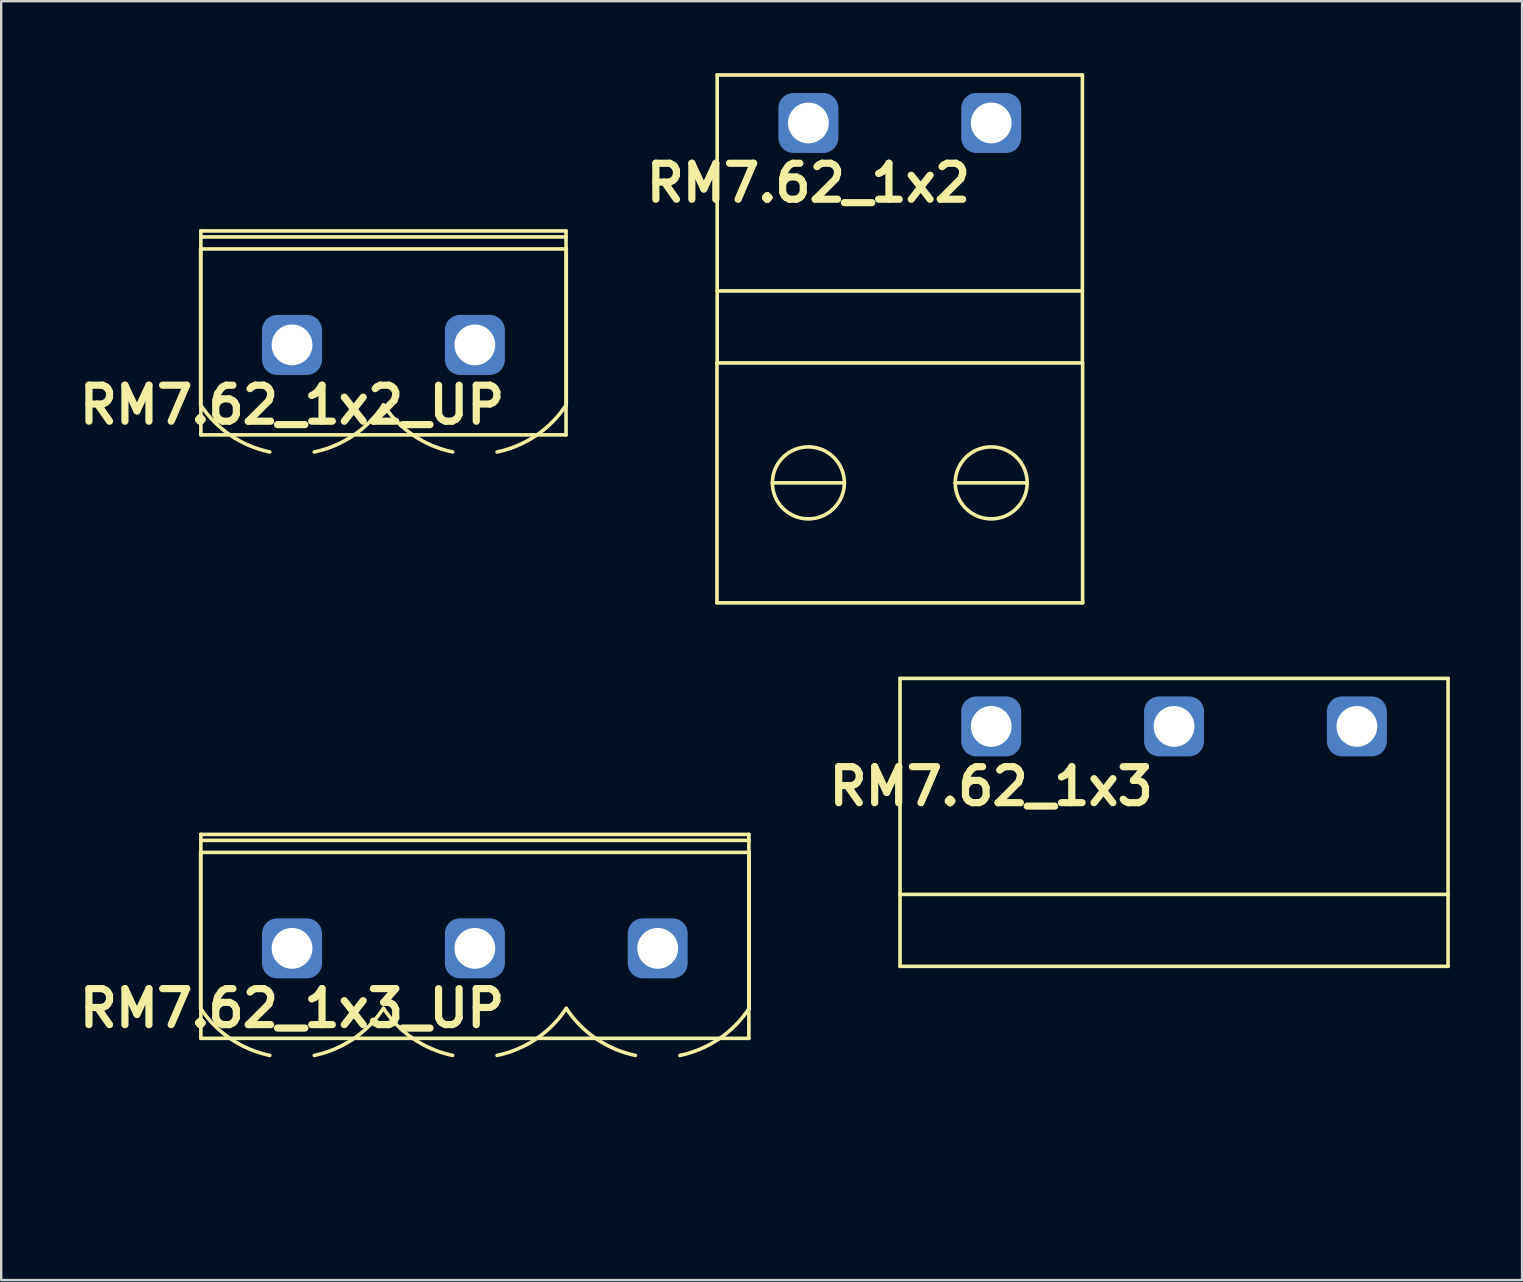
<source format=kicad_pcb>
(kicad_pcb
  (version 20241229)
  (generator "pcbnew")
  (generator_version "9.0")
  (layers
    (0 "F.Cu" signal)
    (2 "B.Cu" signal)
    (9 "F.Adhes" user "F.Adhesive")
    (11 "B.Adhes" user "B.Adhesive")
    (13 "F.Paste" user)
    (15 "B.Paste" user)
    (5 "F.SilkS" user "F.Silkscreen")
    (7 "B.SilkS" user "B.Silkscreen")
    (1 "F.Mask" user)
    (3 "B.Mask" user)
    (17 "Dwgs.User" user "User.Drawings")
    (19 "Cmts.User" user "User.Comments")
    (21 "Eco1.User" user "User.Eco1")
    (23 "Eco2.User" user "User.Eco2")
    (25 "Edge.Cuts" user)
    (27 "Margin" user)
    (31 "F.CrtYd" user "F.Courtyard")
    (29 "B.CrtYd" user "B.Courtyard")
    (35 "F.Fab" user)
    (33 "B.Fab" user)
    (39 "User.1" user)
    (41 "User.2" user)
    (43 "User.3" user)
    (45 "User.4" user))
  (footprint "RM7.62_1x3"
    (layer "F.Cu")
    (at 38.261 27.225)
    (property "Reference" "RM7.62_1x3" (at 0 2.5 0) (layer "F.SilkS") (effects (font (size 1.5 1.5) (thickness 0.3))))
    (attr through_hole)
    (fp_line (start -3.8 -2) (end -3.8 10) (stroke (width 0.15) (type solid)) (layer "F.SilkS"))
    (fp_line (start -3.8 7) (end 19.04 7) (stroke (width 0.15) (type solid)) (layer "F.SilkS"))
    (fp_line (start -3.8 10) (end 19.04 10) (stroke (width 0.15) (type solid)) (layer "F.SilkS"))
    (fp_line (start 19.04 -2) (end -3.8 -2) (stroke (width 0.15) (type solid)) (layer "F.SilkS"))
    (fp_line (start 19.04 10) (end 19.04 -2) (stroke (width 0.15) (type solid)) (layer "F.SilkS"))
    (fp_line (start -3.81 20) (end -3.81 10) (stroke (width 0.15) (type solid)) (layer "Margin"))
    (fp_line (start -3.81 20) (end 19.05 20) (stroke (width 0.15) (type solid)) (layer "Margin"))
    (fp_line (start -1.5 15) (end 1.5 15) (stroke (width 0.15) (type solid)) (layer "Margin"))
    (fp_line (start 6.12 15) (end 9.12 15) (stroke (width 0.15) (type solid)) (layer "Margin"))
    (fp_line (start 13.74 15) (end 16.74 15) (stroke (width 0.15) (type solid)) (layer "Margin"))
    (fp_line (start 19.05 20) (end 19.05 10) (stroke (width 0.15) (type solid)) (layer "Margin"))
    (fp_circle (center 0 15) (end 0 13.5) (stroke (width 0.15) (type solid)) (fill no) (layer "Margin"))
    (fp_circle (center 7.62 15) (end 7.62 13.5) (stroke (width 0.15) (type solid)) (fill no) (layer "Margin"))
    (fp_circle (center 15.24 15) (end 15.24 13.5) (stroke (width 0.15) (type solid)) (fill no) (layer "Margin"))
    (pad "1" thru_hole circle (at 0 0) (size 2 2) (drill 1.7) (layers "*.Cu" "*.Mask"))
    (pad "1" smd roundrect (at 0 0) (size 2.5 2.5) (layers "B.Cu" "B.Mask") (roundrect_rratio 0.25))
    (pad "2" thru_hole circle (at 7.62 0) (size 2 2) (drill 1.7) (layers "*.Cu" "*.Mask"))
    (pad "2" smd roundrect (at 7.62 0) (size 2.5 2.5) (layers "B.Cu" "B.Mask") (roundrect_rratio 0.25))
    (pad "3" thru_hole circle (at 15.24 0) (size 2 2) (drill 1.7) (layers "*.Cu" "*.Mask"))
    (pad "3" smd roundrect (at 15.24 0) (size 2.5 2.5) (layers "B.Cu" "B.Mask") (roundrect_rratio 0.25)))
  (footprint "RM7.62_1x3_UP"
    (layer "F.Cu")
    (at 9.121 36.475)
    (property "Reference" "RM7.62_1x3_UP" (at 0 2.5 0) (layer "F.SilkS") (effects (font (size 1.5 1.5) (thickness 0.3))))
    (attr through_hole)
    (fp_line (start -3.81 -4) (end -3.81 2.5) (stroke (width 0.15) (type solid)) (layer "F.SilkS"))
    (fp_line (start -3.81 -4) (end 19.05 -4) (stroke (width 0.15) (type solid)) (layer "F.SilkS"))
    (fp_line (start -3.8 -4.75) (end -3.8 3.75) (stroke (width 0.15) (type solid)) (layer "F.SilkS"))
    (fp_line (start -3.8 -4.5) (end 19.04 -4.5) (stroke (width 0.15) (type solid)) (layer "F.SilkS"))
    (fp_line (start -3.8 3.75) (end 19.04 3.75) (stroke (width 0.15) (type solid)) (layer "F.SilkS"))
    (fp_line (start 19.04 -4.75) (end -3.8 -4.75) (stroke (width 0.15) (type solid)) (layer "F.SilkS"))
    (fp_line (start 19.04 3.75) (end 19.04 -4.75) (stroke (width 0.15) (type solid)) (layer "F.SilkS"))
    (fp_line (start 19.05 -4) (end 19.05 2.5) (stroke (width 0.15) (type solid)) (layer "F.SilkS"))
    (fp_arc (start -0.92631 4.461844) (mid -2.563273 3.767723) (end -3.81 2.5) (stroke (width 0.15) (type solid)) (layer "F.SilkS"))
    (fp_arc (start 3.81 2.5) (mid 2.563272 3.767723) (end 0.92631 4.461844) (stroke (width 0.15) (type solid)) (layer "F.SilkS"))
    (fp_arc (start 6.69369 4.461844) (mid 5.056727 3.767723) (end 3.81 2.5) (stroke (width 0.15) (type solid)) (layer "F.SilkS"))
    (fp_arc (start 11.43 2.5) (mid 10.183272 3.767723) (end 8.54631 4.461844) (stroke (width 0.15) (type solid)) (layer "F.SilkS"))
    (fp_arc (start 14.31369 4.461844) (mid 12.676727 3.767723) (end 11.43 2.5) (stroke (width 0.15) (type solid)) (layer "F.SilkS"))
    (fp_arc (start 19.05 2.5) (mid 17.803272 3.767723) (end 16.16631 4.461844) (stroke (width 0.15) (type solid)) (layer "F.SilkS"))
    (fp_line (start -3.81 -11.25) (end -3.81 3.75) (stroke (width 0.15) (type solid)) (layer "Margin"))
    (fp_line (start -3.81 3.75) (end 19.05 3.75) (stroke (width 0.15) (type solid)) (layer "Margin"))
    (fp_line (start -1.25 -1.25) (end -1.25 1) (stroke (width 0.15) (type solid)) (layer "Margin"))
    (fp_line (start -1.25 1) (end 1.25 1) (stroke (width 0.15) (type solid)) (layer "Margin"))
    (fp_line (start 1.25 -1.25) (end -1.25 -1.25) (stroke (width 0.15) (type solid)) (layer "Margin"))
    (fp_line (start 1.25 1) (end 1.25 -1.25) (stroke (width 0.15) (type solid)) (layer "Margin"))
    (fp_line (start 6.37 -1.25) (end 6.37 1) (stroke (width 0.15) (type solid)) (layer "Margin"))
    (fp_line (start 6.37 1) (end 8.87 1) (stroke (width 0.15) (type solid)) (layer "Margin"))
    (fp_line (start 8.87 -1.25) (end 6.37 -1.25) (stroke (width 0.15) (type solid)) (layer "Margin"))
    (fp_line (start 8.87 1) (end 8.87 -1.25) (stroke (width 0.15) (type solid)) (layer "Margin"))
    (fp_line (start 13.99 -1.25) (end 13.99 1) (stroke (width 0.15) (type solid)) (layer "Margin"))
    (fp_line (start 13.99 1) (end 16.49 1) (stroke (width 0.15) (type solid)) (layer "Margin"))
    (fp_line (start 16.49 -1.25) (end 13.99 -1.25) (stroke (width 0.15) (type solid)) (layer "Margin"))
    (fp_line (start 16.49 1) (end 16.49 -1.25) (stroke (width 0.15) (type solid)) (layer "Margin"))
    (fp_line (start 19.05 -11.25) (end -3.81 -11.25) (stroke (width 0.15) (type solid)) (layer "Margin"))
    (fp_line (start 19.05 3.75) (end 19.05 -11.25) (stroke (width 0.15) (type solid)) (layer "Margin"))
    (pad "1" thru_hole circle (at 0 0) (size 2 2) (drill 1.7) (layers "*.Cu" "*.Mask"))
    (pad "1" smd roundrect (at 0 0) (size 2.5 2.5) (layers "B.Cu" "B.Mask") (roundrect_rratio 0.25))
    (pad "2" thru_hole circle (at 7.62 0) (size 2 2) (drill 1.7) (layers "*.Cu" "*.Mask"))
    (pad "2" smd roundrect (at 7.62 0) (size 2.5 2.5) (layers "B.Cu" "B.Mask") (roundrect_rratio 0.25))
    (pad "3" thru_hole circle (at 15.24 0) (size 2 2) (drill 1.7) (layers "*.Cu" "*.Mask"))
    (pad "3" smd roundrect (at 15.24 0) (size 2.5 2.5) (layers "B.Cu" "B.Mask") (roundrect_rratio 0.25)))
  (footprint "RM7.62_1x2"
    (layer "F.Cu")
    (at 30.641 2.075)
    (property "Reference" "RM7.62_1x2" (at 0 2.5 0) (layer "F.SilkS") (effects (font (size 1.5 1.5) (thickness 0.3))))
    (attr through_hole)
    (fp_line (start -3.81 20) (end -3.81 10) (stroke (width 0.15) (type solid)) (layer "F.SilkS"))
    (fp_line (start -3.81 20) (end 11.43 20) (stroke (width 0.15) (type solid)) (layer "F.SilkS"))
    (fp_line (start -3.8 -2) (end -3.8 10) (stroke (width 0.15) (type solid)) (layer "F.SilkS"))
    (fp_line (start -3.8 7) (end 11.42 7) (stroke (width 0.15) (type solid)) (layer "F.SilkS"))
    (fp_line (start -3.8 10) (end 11.42 10) (stroke (width 0.15) (type solid)) (layer "F.SilkS"))
    (fp_line (start -1.5 15) (end 1.5 15) (stroke (width 0.15) (type solid)) (layer "F.SilkS"))
    (fp_line (start 6.12 15) (end 9.12 15) (stroke (width 0.15) (type solid)) (layer "F.SilkS"))
    (fp_line (start 11.42 -2) (end -3.8 -2) (stroke (width 0.15) (type solid)) (layer "F.SilkS"))
    (fp_line (start 11.42 10) (end 11.42 -2) (stroke (width 0.15) (type solid)) (layer "F.SilkS"))
    (fp_line (start 11.43 20) (end 11.43 10) (stroke (width 0.15) (type solid)) (layer "F.SilkS"))
    (fp_circle (center 0 15) (end 0 13.5) (stroke (width 0.15) (type solid)) (fill no) (layer "F.SilkS"))
    (fp_circle (center 7.62 15) (end 7.62 13.5) (stroke (width 0.15) (type solid)) (fill no) (layer "F.SilkS"))
    (pad "1" thru_hole circle (at 0 0) (size 2 2) (drill 1.7) (layers "*.Cu" "*.Mask"))
    (pad "1" smd roundrect (at 0 0) (size 2.5 2.5) (layers "B.Cu" "B.Mask") (roundrect_rratio 0.25))
    (pad "2" thru_hole circle (at 7.62 0) (size 2 2) (drill 1.7) (layers "*.Cu" "*.Mask"))
    (pad "2" smd roundrect (at 7.62 0) (size 2.5 2.5) (layers "B.Cu" "B.Mask") (roundrect_rratio 0.25)))
  (footprint "RM7.62_1x2_UP"
    (layer "F.Cu")
    (at 9.121 11.325)
    (property "Reference" "RM7.62_1x2_UP" (at 0 2.5 0) (layer "F.SilkS") (effects (font (size 1.5 1.5) (thickness 0.3))))
    (attr through_hole)
    (fp_line (start -3.81 -4) (end -3.81 2.5) (stroke (width 0.15) (type solid)) (layer "F.SilkS"))
    (fp_line (start -3.81 -4) (end 11.43 -4) (stroke (width 0.15) (type solid)) (layer "F.SilkS"))
    (fp_line (start -3.8 -4.75) (end -3.8 3.75) (stroke (width 0.15) (type solid)) (layer "F.SilkS"))
    (fp_line (start -3.8 -4.5) (end 11.42 -4.5) (stroke (width 0.15) (type solid)) (layer "F.SilkS"))
    (fp_line (start -3.8 3.75) (end 11.42 3.75) (stroke (width 0.15) (type solid)) (layer "F.SilkS"))
    (fp_line (start 11.42 -4.75) (end -3.8 -4.75) (stroke (width 0.15) (type solid)) (layer "F.SilkS"))
    (fp_line (start 11.42 3.75) (end 11.42 -4.75) (stroke (width 0.15) (type solid)) (layer "F.SilkS"))
    (fp_line (start 11.43 -4) (end 11.43 2.5) (stroke (width 0.15) (type solid)) (layer "F.SilkS"))
    (fp_arc (start -0.92631 4.461844) (mid -2.563273 3.767723) (end -3.81 2.5) (stroke (width 0.15) (type solid)) (layer "F.SilkS"))
    (fp_arc (start 3.81 2.5) (mid 2.563272 3.767723) (end 0.92631 4.461844) (stroke (width 0.15) (type solid)) (layer "F.SilkS"))
    (fp_arc (start 6.69369 4.461844) (mid 5.056727 3.767723) (end 3.81 2.5) (stroke (width 0.15) (type solid)) (layer "F.SilkS"))
    (fp_arc (start 11.43 2.5) (mid 10.183272 3.767723) (end 8.54631 4.461844) (stroke (width 0.15) (type solid)) (layer "F.SilkS"))
    (fp_line (start -3.81 -11.25) (end -3.81 3.75) (stroke (width 0.15) (type solid)) (layer "Margin"))
    (fp_line (start -3.81 3.75) (end 11.43 3.75) (stroke (width 0.15) (type solid)) (layer "Margin"))
    (fp_line (start -1.25 -1.25) (end -1.25 1) (stroke (width 0.15) (type solid)) (layer "Margin"))
    (fp_line (start -1.25 1) (end 1.25 1) (stroke (width 0.15) (type solid)) (layer "Margin"))
    (fp_line (start 1.25 -1.25) (end -1.25 -1.25) (stroke (width 0.15) (type solid)) (layer "Margin"))
    (fp_line (start 1.25 1) (end 1.25 -1.25) (stroke (width 0.15) (type solid)) (layer "Margin"))
    (fp_line (start 6.37 -1.25) (end 6.37 1) (stroke (width 0.15) (type solid)) (layer "Margin"))
    (fp_line (start 6.37 1) (end 8.87 1) (stroke (width 0.15) (type solid)) (layer "Margin"))
    (fp_line (start 8.87 -1.25) (end 6.37 -1.25) (stroke (width 0.15) (type solid)) (layer "Margin"))
    (fp_line (start 8.87 1) (end 8.87 -1.25) (stroke (width 0.15) (type solid)) (layer "Margin"))
    (fp_line (start 11.43 -11.25) (end -3.81 -11.25) (stroke (width 0.15) (type solid)) (layer "Margin"))
    (fp_line (start 11.43 3.75) (end 11.43 -11.25) (stroke (width 0.15) (type solid)) (layer "Margin"))
    (pad "1" thru_hole circle (at 0 0) (size 2 2) (drill 1.7) (layers "*.Cu" "*.Mask"))
    (pad "1" smd roundrect (at 0 0) (size 2.5 2.5) (layers "B.Cu" "B.Mask") (roundrect_rratio 0.25))
    (pad "2" thru_hole circle (at 7.62 0) (size 2 2) (drill 1.7) (layers "*.Cu" "*.Mask"))
    (pad "2" smd roundrect (at 7.62 0) (size 2.5 2.5) (layers "B.Cu" "B.Mask") (roundrect_rratio 0.25)))
  (gr_rect
    (start -3 -3)
    (end 60.386 50.3)
    (stroke (width 0.1) (type default))
    (fill no)
    (layer "Edge.Cuts")))
</source>
